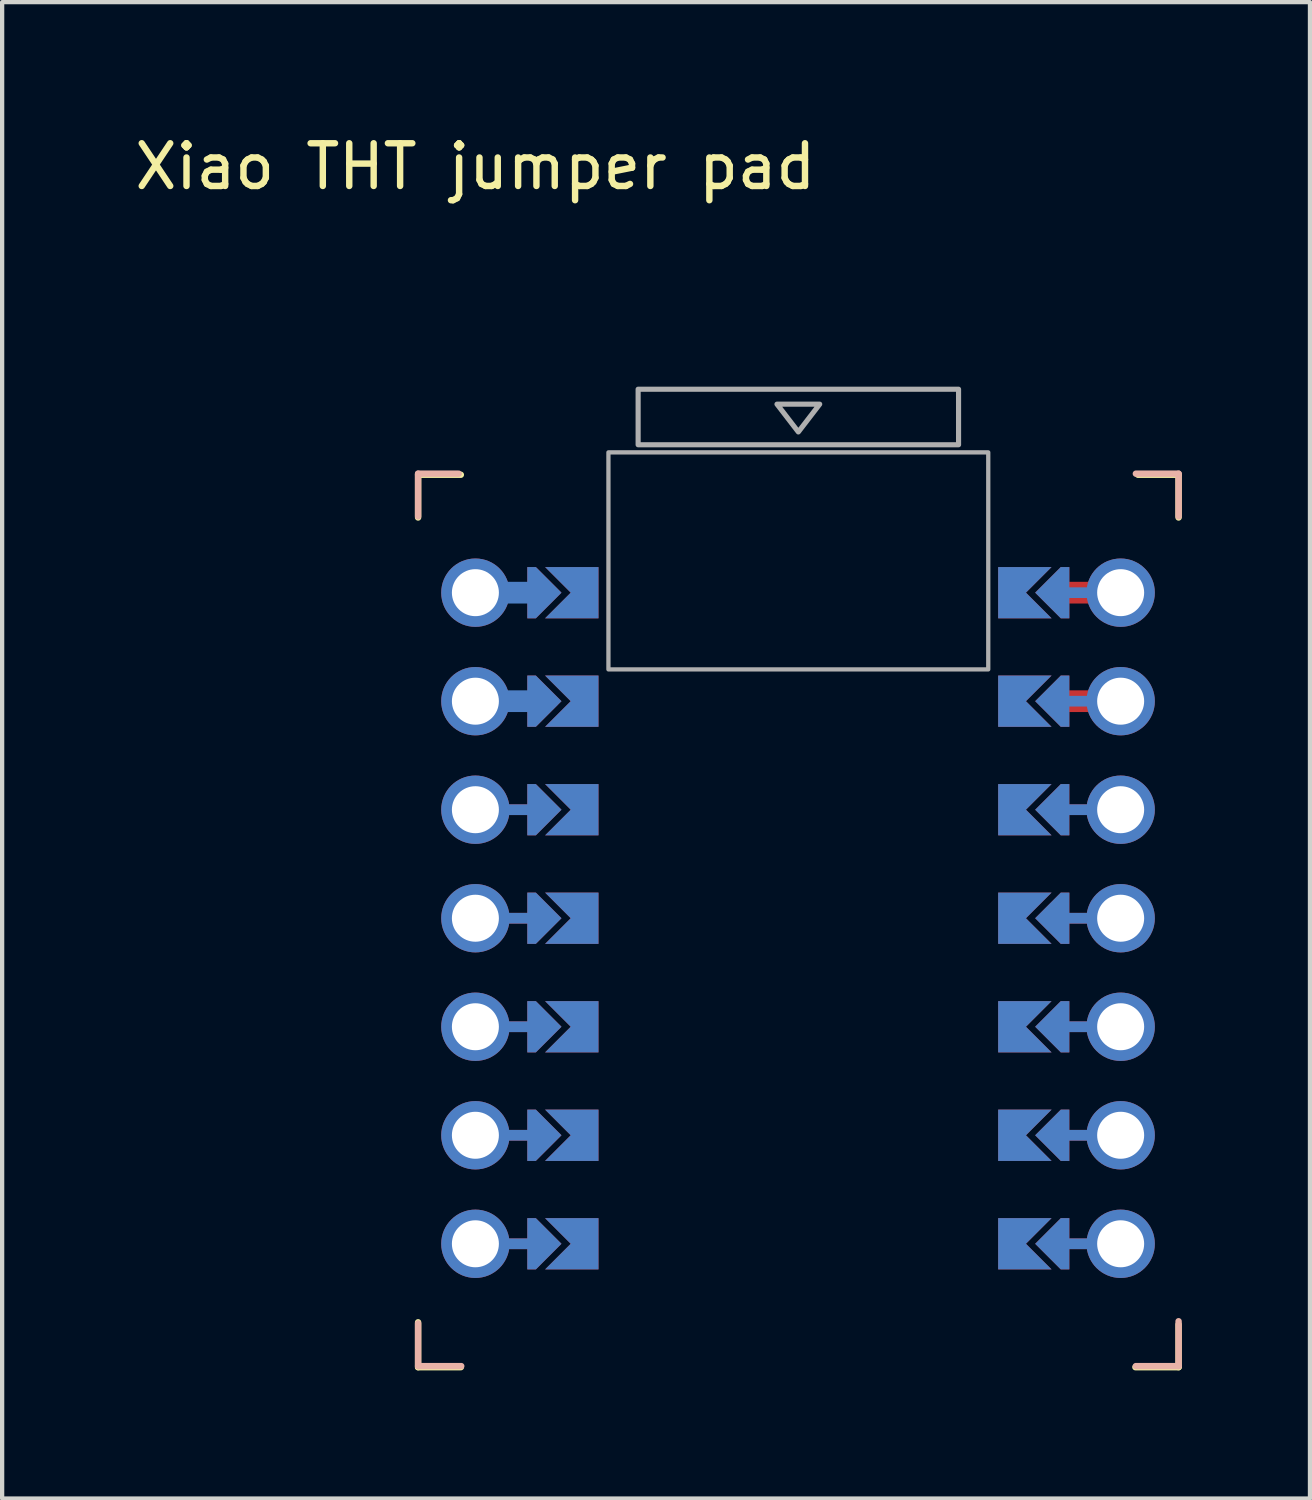
<source format=kicad_pcb>
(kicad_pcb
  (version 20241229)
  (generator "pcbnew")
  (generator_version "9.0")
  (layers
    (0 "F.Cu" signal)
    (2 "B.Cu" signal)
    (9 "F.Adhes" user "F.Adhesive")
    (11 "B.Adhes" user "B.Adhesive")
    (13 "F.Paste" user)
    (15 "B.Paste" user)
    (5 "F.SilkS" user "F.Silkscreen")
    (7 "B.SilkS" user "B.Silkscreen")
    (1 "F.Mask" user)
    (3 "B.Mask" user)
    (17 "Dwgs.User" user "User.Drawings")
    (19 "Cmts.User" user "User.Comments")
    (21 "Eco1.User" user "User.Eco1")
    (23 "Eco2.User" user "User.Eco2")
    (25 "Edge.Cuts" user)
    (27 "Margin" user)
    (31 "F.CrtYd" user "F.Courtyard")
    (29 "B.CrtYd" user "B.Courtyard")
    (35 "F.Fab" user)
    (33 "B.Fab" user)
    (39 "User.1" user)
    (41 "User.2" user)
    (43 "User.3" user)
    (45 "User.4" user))
  (footprint "Xiao THT jumper pad"
    (layer "F.Cu")
    (at 15.697 18.442)
    (property "Reference" "Xiao THT jumper pad" (at -7.62 -17.594 0) (unlocked yes) (layer "F.SilkS") (effects (font (size 1 1) (thickness 0.15))))
    (attr through_hole)
    (fp_poly (pts (xy -5.243 -8.128) (xy -5.243 -7.112) (xy -6.259 -7.112) (xy -6.259 -8.128)) (stroke (width 0.1) (type solid)) (fill yes) (layer "F.Mask"))
    (fp_poly (pts (xy -5.243 -5.588) (xy -5.243 -4.572) (xy -6.259 -4.572) (xy -6.259 -5.588)) (stroke (width 0.1) (type solid)) (fill yes) (layer "F.Mask"))
    (fp_poly (pts (xy -5.243 -3.048) (xy -5.243 -2.032) (xy -6.259 -2.032) (xy -6.259 -3.048)) (stroke (width 0.1) (type solid)) (fill yes) (layer "F.Mask"))
    (fp_poly (pts (xy -5.243 -0.508) (xy -5.243 0.508) (xy -6.259 0.508) (xy -6.259 -0.508)) (stroke (width 0.1) (type solid)) (fill yes) (layer "F.Mask"))
    (fp_poly (pts (xy -5.243 2.032) (xy -5.243 3.048) (xy -6.259 3.048) (xy -6.259 2.032)) (stroke (width 0.1) (type solid)) (fill yes) (layer "F.Mask"))
    (fp_poly (pts (xy -5.243 4.572) (xy -5.243 5.588) (xy -6.259 5.588) (xy -6.259 4.572)) (stroke (width 0.1) (type solid)) (fill yes) (layer "F.Mask"))
    (fp_poly (pts (xy -5.243 7.112) (xy -5.243 8.128) (xy -6.259 8.128) (xy -6.259 7.112)) (stroke (width 0.1) (type solid)) (fill yes) (layer "F.Mask"))
    (fp_poly (pts (xy 5.12 -7.112) (xy 5.12 -8.128) (xy 6.136 -8.128) (xy 6.136 -7.112)) (stroke (width 0.1) (type solid)) (fill yes) (layer "F.Mask"))
    (fp_poly (pts (xy 5.12 -4.572) (xy 5.12 -5.588) (xy 6.136 -5.588) (xy 6.136 -4.572)) (stroke (width 0.1) (type solid)) (fill yes) (layer "F.Mask"))
    (fp_poly (pts (xy 5.12 -2.032) (xy 5.12 -3.048) (xy 6.136 -3.048) (xy 6.136 -2.032)) (stroke (width 0.1) (type solid)) (fill yes) (layer "F.Mask"))
    (fp_poly (pts (xy 5.12 0.508) (xy 5.12 -0.508) (xy 6.136 -0.508) (xy 6.136 0.508)) (stroke (width 0.1) (type solid)) (fill yes) (layer "F.Mask"))
    (fp_poly (pts (xy 5.12 3.048) (xy 5.12 2.032) (xy 6.136 2.032) (xy 6.136 3.048)) (stroke (width 0.1) (type solid)) (fill yes) (layer "F.Mask"))
    (fp_poly (pts (xy 5.12 5.588) (xy 5.12 4.572) (xy 6.136 4.572) (xy 6.136 5.588)) (stroke (width 0.1) (type solid)) (fill yes) (layer "F.Mask"))
    (fp_poly (pts (xy 5.12 8.128) (xy 5.12 7.112) (xy 6.136 7.112) (xy 6.136 8.128)) (stroke (width 0.1) (type solid)) (fill yes) (layer "F.Mask"))
    (fp_poly (pts (xy -5.243 -8.128) (xy -5.243 -7.112) (xy -6.259 -7.112) (xy -6.259 -8.128)) (stroke (width 0.1) (type solid)) (fill yes) (layer "B.Mask"))
    (fp_poly (pts (xy -5.243 -5.588) (xy -5.243 -4.572) (xy -6.259 -4.572) (xy -6.259 -5.588)) (stroke (width 0.1) (type solid)) (fill yes) (layer "B.Mask"))
    (fp_poly (pts (xy -5.243 -3.048) (xy -5.243 -2.032) (xy -6.259 -2.032) (xy -6.259 -3.048)) (stroke (width 0.1) (type solid)) (fill yes) (layer "B.Mask"))
    (fp_poly (pts (xy -5.243 -0.508) (xy -5.243 0.508) (xy -6.259 0.508) (xy -6.259 -0.508)) (stroke (width 0.1) (type solid)) (fill yes) (layer "B.Mask"))
    (fp_poly (pts (xy -5.243 2.032) (xy -5.243 3.048) (xy -6.259 3.048) (xy -6.259 2.032)) (stroke (width 0.1) (type solid)) (fill yes) (layer "B.Mask"))
    (fp_poly (pts (xy -5.243 4.572) (xy -5.243 5.588) (xy -6.259 5.588) (xy -6.259 4.572)) (stroke (width 0.1) (type solid)) (fill yes) (layer "B.Mask"))
    (fp_poly (pts (xy -5.243 7.112) (xy -5.243 8.128) (xy -6.259 8.128) (xy -6.259 7.112)) (stroke (width 0.1) (type solid)) (fill yes) (layer "B.Mask"))
    (fp_poly (pts (xy 5.12 -7.112) (xy 5.12 -8.128) (xy 6.136 -8.128) (xy 6.136 -7.112)) (stroke (width 0.1) (type solid)) (fill yes) (layer "B.Mask"))
    (fp_poly (pts (xy 5.12 -4.572) (xy 5.12 -5.588) (xy 6.136 -5.588) (xy 6.136 -4.572)) (stroke (width 0.1) (type solid)) (fill yes) (layer "B.Mask"))
    (fp_poly (pts (xy 5.12 -2.032) (xy 5.12 -3.048) (xy 6.136 -3.048) (xy 6.136 -2.032)) (stroke (width 0.1) (type solid)) (fill yes) (layer "B.Mask"))
    (fp_poly (pts (xy 5.12 0.508) (xy 5.12 -0.508) (xy 6.136 -0.508) (xy 6.136 0.508)) (stroke (width 0.1) (type solid)) (fill yes) (layer "B.Mask"))
    (fp_poly (pts (xy 5.12 3.048) (xy 5.12 2.032) (xy 6.136 2.032) (xy 6.136 3.048)) (stroke (width 0.1) (type solid)) (fill yes) (layer "B.Mask"))
    (fp_poly (pts (xy 5.12 5.588) (xy 5.12 4.572) (xy 6.136 4.572) (xy 6.136 5.588)) (stroke (width 0.1) (type solid)) (fill yes) (layer "B.Mask"))
    (fp_poly (pts (xy 5.12 8.128) (xy 5.12 7.112) (xy 6.136 7.112) (xy 6.136 8.128)) (stroke (width 0.1) (type solid)) (fill yes) (layer "B.Mask"))
    (fp_line (start -8.961 -10.38) (end -8.961 -9.38) (stroke (width 0.15) (type solid)) (layer "F.SilkS"))
    (fp_line (start -8.961 -10.38) (end -7.961 -10.38) (stroke (width 0.15) (type solid)) (layer "F.SilkS"))
    (fp_line (start -8.961 9.458) (end -8.961 10.508) (stroke (width 0.15) (type solid)) (layer "F.SilkS"))
    (fp_line (start -8.961 10.508) (end -7.961 10.508) (stroke (width 0.15) (type solid)) (layer "F.SilkS"))
    (fp_line (start 8.839 -10.38) (end 7.889 -10.38) (stroke (width 0.15) (type solid)) (layer "F.SilkS"))
    (fp_line (start 8.839 -10.38) (end 8.839 -9.38) (stroke (width 0.15) (type solid)) (layer "F.SilkS"))
    (fp_line (start 8.839 9.508) (end 8.839 10.508) (stroke (width 0.15) (type solid)) (layer "F.SilkS"))
    (fp_line (start 8.839 10.508) (end 7.829 10.508) (stroke (width 0.15) (type solid)) (layer "F.SilkS"))
    (fp_line (start -8.961 -10.405) (end -8.961 -9.405) (stroke (width 0.15) (type solid)) (layer "B.SilkS"))
    (fp_line (start -8.961 -10.405) (end -8.011 -10.405) (stroke (width 0.15) (type solid)) (layer "B.SilkS"))
    (fp_line (start -8.961 9.483) (end -8.961 10.483) (stroke (width 0.15) (type solid)) (layer "B.SilkS"))
    (fp_line (start -8.961 10.483) (end -7.951 10.483) (stroke (width 0.15) (type solid)) (layer "B.SilkS"))
    (fp_line (start 8.839 -10.405) (end 7.839 -10.405) (stroke (width 0.15) (type solid)) (layer "B.SilkS"))
    (fp_line (start 8.839 -10.405) (end 8.839 -9.405) (stroke (width 0.15) (type solid)) (layer "B.SilkS"))
    (fp_line (start 8.839 9.433) (end 8.839 10.483) (stroke (width 0.15) (type solid)) (layer "B.SilkS"))
    (fp_line (start 8.839 10.483) (end 7.839 10.483) (stroke (width 0.15) (type solid)) (layer "B.SilkS"))
    (fp_rect (start -4.506 -10.904) (end 4.384 -5.824) (stroke (width 0.1) (type solid)) (fill no) (layer "F.Fab"))
    (fp_rect (start 3.689 -12.382) (end -3.811 -11.082) (stroke (width 0.12) (type solid)) (fill no) (layer "F.Fab"))
    (fp_poly (pts (xy -0.061 -11.382) (xy -0.561 -12.032) (xy 0.439 -12.032)) (stroke (width 0.12) (type solid)) (fill no) (layer "F.Fab"))
    (pad "" thru_hole circle (at -7.62 -7.62 270) (size 1.6 1.6) (drill 1.1) (layers "*.Cu" "*.Mask"))
    (pad "" thru_hole circle (at -7.62 -5.08 270) (size 1.6 1.6) (drill 1.1) (layers "*.Cu" "*.Mask"))
    (pad "" thru_hole circle (at -7.62 -2.54 270) (size 1.6 1.6) (drill 1.1) (layers "*.Cu" "*.Mask"))
    (pad "" thru_hole circle (at -7.62 0 270) (size 1.6 1.6) (drill 1.1) (layers "*.Cu" "*.Mask"))
    (pad "" thru_hole circle (at -7.62 2.54 270) (size 1.6 1.6) (drill 1.1) (layers "*.Cu" "*.Mask"))
    (pad "" thru_hole circle (at -7.62 5.08 270) (size 1.6 1.6) (drill 1.1) (layers "*.Cu" "*.Mask"))
    (pad "" thru_hole circle (at -7.62 7.62 270) (size 1.6 1.6) (drill 1.1) (layers "*.Cu" "*.Mask"))
    (pad "" smd custom (at -6.513 -7.62 90) (size 0.25 1) (layers "F.Cu") (options (anchor rect)) (primitives))
    (pad "" smd custom (at -6.513 -7.62 90) (size 0.508 1) (layers "B.Cu") (options (anchor rect)) (primitives))
    (pad "" smd custom (at -6.513 -5.08 90) (size 0.25 1) (layers "F.Cu") (options (anchor rect)) (primitives))
    (pad "" smd custom (at -6.513 -5.08 90) (size 0.508 1) (layers "B.Cu") (options (anchor rect)) (primitives))
    (pad "" smd custom (at -6.513 -2.54 90) (size 0.25 1) (layers "F.Cu") (options (anchor rect)) (primitives))
    (pad "" smd custom (at -6.513 -2.54 90) (size 0.25 1) (layers "B.Cu") (options (anchor rect)) (primitives))
    (pad "" smd custom (at -6.513 0 90) (size 0.25 1) (layers "F.Cu") (options (anchor rect)) (primitives))
    (pad "" smd custom (at -6.513 0 90) (size 0.25 1) (layers "B.Cu") (options (anchor rect)) (primitives))
    (pad "" smd custom (at -6.513 2.54 90) (size 0.25 1) (layers "F.Cu") (options (anchor rect)) (primitives))
    (pad "" smd custom (at -6.513 2.54 90) (size 0.25 1) (layers "B.Cu") (options (anchor rect)) (primitives))
    (pad "" smd custom (at -6.513 5.08 90) (size 0.25 1) (layers "F.Cu") (options (anchor rect)) (primitives))
    (pad "" smd custom (at -6.513 5.08 90) (size 0.25 1) (layers "B.Cu") (options (anchor rect)) (primitives))
    (pad "" smd custom (at -6.513 7.62 90) (size 0.25 1) (layers "F.Cu") (options (anchor rect)) (primitives))
    (pad "" smd custom (at -6.513 7.62 90) (size 0.25 1) (layers "B.Cu") (options (anchor rect)) (primitives))
    (pad "" smd custom (at -6.005 -7.62 90) (size 0.1 0.1) (layers "F.Cu" "F.Mask") (options (anchor rect)) (primitives (gr_poly (pts (xy 0.6 -0.2) (xy 0 0.4) (xy -0.6 -0.2) (xy -0.6 -0.4) (xy 0.6 -0.4)) (width 0) (fill yes))))
    (pad "" smd custom (at -6.005 -7.62 90) (size 0.1 0.1) (layers "B.Cu" "B.Mask") (options (anchor rect)) (primitives (gr_poly (pts (xy 0.6 -0.2) (xy 0 0.4) (xy -0.6 -0.2) (xy -0.6 -0.4) (xy 0.6 -0.4)) (width 0) (fill yes))))
    (pad "" smd custom (at -6.005 -5.08 90) (size 0.1 0.1) (layers "F.Cu" "F.Mask") (options (anchor rect)) (primitives (gr_poly (pts (xy 0.6 -0.2) (xy 0 0.4) (xy -0.6 -0.2) (xy -0.6 -0.4) (xy 0.6 -0.4)) (width 0) (fill yes))))
    (pad "" smd custom (at -6.005 -5.08 90) (size 0.1 0.1) (layers "B.Cu" "B.Mask") (options (anchor rect)) (primitives (gr_poly (pts (xy 0.6 -0.2) (xy 0 0.4) (xy -0.6 -0.2) (xy -0.6 -0.4) (xy 0.6 -0.4)) (width 0) (fill yes))))
    (pad "" smd custom (at -6.005 -2.54 90) (size 0.1 0.1) (layers "F.Cu" "F.Mask") (options (anchor rect)) (primitives (gr_poly (pts (xy 0.6 -0.2) (xy 0 0.4) (xy -0.6 -0.2) (xy -0.6 -0.4) (xy 0.6 -0.4)) (width 0) (fill yes))))
    (pad "" smd custom (at -6.005 -2.54 90) (size 0.1 0.1) (layers "B.Cu" "B.Mask") (options (anchor rect)) (primitives (gr_poly (pts (xy 0.6 -0.2) (xy 0 0.4) (xy -0.6 -0.2) (xy -0.6 -0.4) (xy 0.6 -0.4)) (width 0) (fill yes))))
    (pad "" smd custom (at -6.005 0 90) (size 0.1 0.1) (layers "F.Cu" "F.Mask") (options (anchor rect)) (primitives (gr_poly (pts (xy 0.6 -0.2) (xy 0 0.4) (xy -0.6 -0.2) (xy -0.6 -0.4) (xy 0.6 -0.4)) (width 0) (fill yes))))
    (pad "" smd custom (at -6.005 0 90) (size 0.1 0.1) (layers "B.Cu" "B.Mask") (options (anchor rect)) (primitives (gr_poly (pts (xy 0.6 -0.2) (xy 0 0.4) (xy -0.6 -0.2) (xy -0.6 -0.4) (xy 0.6 -0.4)) (width 0) (fill yes))))
    (pad "" smd custom (at -6.005 2.54 90) (size 0.1 0.1) (layers "F.Cu" "F.Mask") (options (anchor rect)) (primitives (gr_poly (pts (xy 0.6 -0.2) (xy 0 0.4) (xy -0.6 -0.2) (xy -0.6 -0.4) (xy 0.6 -0.4)) (width 0) (fill yes))))
    (pad "" smd custom (at -6.005 2.54 90) (size 0.1 0.1) (layers "B.Cu" "B.Mask") (options (anchor rect)) (primitives (gr_poly (pts (xy 0.6 -0.2) (xy 0 0.4) (xy -0.6 -0.2) (xy -0.6 -0.4) (xy 0.6 -0.4)) (width 0) (fill yes))))
    (pad "" smd custom (at -6.005 5.08 90) (size 0.1 0.1) (layers "F.Cu" "F.Mask") (options (anchor rect)) (primitives (gr_poly (pts (xy 0.6 -0.2) (xy 0 0.4) (xy -0.6 -0.2) (xy -0.6 -0.4) (xy 0.6 -0.4)) (width 0) (fill yes))))
    (pad "" smd custom (at -6.005 5.08 90) (size 0.1 0.1) (layers "B.Cu" "B.Mask") (options (anchor rect)) (primitives (gr_poly (pts (xy 0.6 -0.2) (xy 0 0.4) (xy -0.6 -0.2) (xy -0.6 -0.4) (xy 0.6 -0.4)) (width 0) (fill yes))))
    (pad "" smd custom (at -6.005 7.62 90) (size 0.1 0.1) (layers "F.Cu" "F.Mask") (options (anchor rect)) (primitives (gr_poly (pts (xy 0.6 -0.2) (xy 0 0.4) (xy -0.6 -0.2) (xy -0.6 -0.4) (xy 0.6 -0.4)) (width 0) (fill yes))))
    (pad "" smd custom (at -6.005 7.62 90) (size 0.1 0.1) (layers "B.Cu" "B.Mask") (options (anchor rect)) (primitives (gr_poly (pts (xy 0.6 -0.2) (xy 0 0.4) (xy -0.6 -0.2) (xy -0.6 -0.4) (xy 0.6 -0.4)) (width 0) (fill yes))))
    (pad "" smd custom (at 5.882 -7.62 270) (size 0.1 0.1) (layers "F.Cu" "F.Mask") (options (anchor rect)) (primitives (gr_poly (pts (xy 0.6 -0.2) (xy 0 0.4) (xy -0.6 -0.2) (xy -0.6 -0.4) (xy 0.6 -0.4)) (width 0) (fill yes))))
    (pad "" smd custom (at 5.882 -7.62 270) (size 0.1 0.1) (layers "B.Cu" "B.Mask") (options (anchor rect)) (primitives (gr_poly (pts (xy 0.6 -0.2) (xy 0 0.4) (xy -0.6 -0.2) (xy -0.6 -0.4) (xy 0.6 -0.4)) (width 0) (fill yes))))
    (pad "" smd custom (at 5.882 -5.08 270) (size 0.1 0.1) (layers "F.Cu" "F.Mask") (options (anchor rect)) (primitives (gr_poly (pts (xy 0.6 -0.2) (xy 0 0.4) (xy -0.6 -0.2) (xy -0.6 -0.4) (xy 0.6 -0.4)) (width 0) (fill yes))))
    (pad "" smd custom (at 5.882 -5.08 270) (size 0.1 0.1) (layers "B.Cu" "B.Mask") (options (anchor rect)) (primitives (gr_poly (pts (xy 0.6 -0.2) (xy 0 0.4) (xy -0.6 -0.2) (xy -0.6 -0.4) (xy 0.6 -0.4)) (width 0) (fill yes))))
    (pad "" smd custom (at 5.882 -2.54 270) (size 0.1 0.1) (layers "F.Cu" "F.Mask") (options (anchor rect)) (primitives (gr_poly (pts (xy 0.6 -0.2) (xy 0 0.4) (xy -0.6 -0.2) (xy -0.6 -0.4) (xy 0.6 -0.4)) (width 0) (fill yes))))
    (pad "" smd custom (at 5.882 -2.54 270) (size 0.1 0.1) (layers "B.Cu" "B.Mask") (options (anchor rect)) (primitives (gr_poly (pts (xy 0.6 -0.2) (xy 0 0.4) (xy -0.6 -0.2) (xy -0.6 -0.4) (xy 0.6 -0.4)) (width 0) (fill yes))))
    (pad "" smd custom (at 5.882 0 270) (size 0.1 0.1) (layers "F.Cu" "F.Mask") (options (anchor rect)) (primitives (gr_poly (pts (xy 0.6 -0.2) (xy 0 0.4) (xy -0.6 -0.2) (xy -0.6 -0.4) (xy 0.6 -0.4)) (width 0) (fill yes))))
    (pad "" smd custom (at 5.882 0 270) (size 0.1 0.1) (layers "B.Cu" "B.Mask") (options (anchor rect)) (primitives (gr_poly (pts (xy 0.6 -0.2) (xy 0 0.4) (xy -0.6 -0.2) (xy -0.6 -0.4) (xy 0.6 -0.4)) (width 0) (fill yes))))
    (pad "" smd custom (at 5.882 2.54 270) (size 0.1 0.1) (layers "F.Cu" "F.Mask") (options (anchor rect)) (primitives (gr_poly (pts (xy 0.6 -0.2) (xy 0 0.4) (xy -0.6 -0.2) (xy -0.6 -0.4) (xy 0.6 -0.4)) (width 0) (fill yes))))
    (pad "" smd custom (at 5.882 2.54 270) (size 0.1 0.1) (layers "B.Cu" "B.Mask") (options (anchor rect)) (primitives (gr_poly (pts (xy 0.6 -0.2) (xy 0 0.4) (xy -0.6 -0.2) (xy -0.6 -0.4) (xy 0.6 -0.4)) (width 0) (fill yes))))
    (pad "" smd custom (at 5.882 5.08 270) (size 0.1 0.1) (layers "F.Cu" "F.Mask") (options (anchor rect)) (primitives (gr_poly (pts (xy 0.6 -0.2) (xy 0 0.4) (xy -0.6 -0.2) (xy -0.6 -0.4) (xy 0.6 -0.4)) (width 0) (fill yes))))
    (pad "" smd custom (at 5.882 5.08 270) (size 0.1 0.1) (layers "B.Cu" "B.Mask") (options (anchor rect)) (primitives (gr_poly (pts (xy 0.6 -0.2) (xy 0 0.4) (xy -0.6 -0.2) (xy -0.6 -0.4) (xy 0.6 -0.4)) (width 0) (fill yes))))
    (pad "" smd custom (at 5.882 7.62 270) (size 0.1 0.1) (layers "F.Cu" "F.Mask") (options (anchor rect)) (primitives (gr_poly (pts (xy 0.6 -0.2) (xy 0 0.4) (xy -0.6 -0.2) (xy -0.6 -0.4) (xy 0.6 -0.4)) (width 0) (fill yes))))
    (pad "" smd custom (at 5.882 7.62 270) (size 0.1 0.1) (layers "B.Cu" "B.Mask") (options (anchor rect)) (primitives (gr_poly (pts (xy 0.6 -0.2) (xy 0 0.4) (xy -0.6 -0.2) (xy -0.6 -0.4) (xy 0.6 -0.4)) (width 0) (fill yes))))
    (pad "" smd custom (at 6.39 -7.62 270) (size 0.25 1) (layers "B.Cu") (options (anchor rect)) (primitives))
    (pad "" smd custom (at 6.39 -7.62 270) (size 0.508 1) (layers "F.Cu") (options (anchor rect)) (primitives))
    (pad "" smd custom (at 6.39 -5.08 270) (size 0.25 1) (layers "B.Cu") (options (anchor rect)) (primitives))
    (pad "" smd custom (at 6.39 -5.08 270) (size 0.508 1) (layers "F.Cu") (options (anchor rect)) (primitives))
    (pad "" smd custom (at 6.39 -2.54 270) (size 0.25 1) (layers "F.Cu") (options (anchor rect)) (primitives))
    (pad "" smd custom (at 6.39 -2.54 270) (size 0.25 1) (layers "B.Cu") (options (anchor rect)) (primitives))
    (pad "" smd custom (at 6.39 0 270) (size 0.25 1) (layers "F.Cu") (options (anchor rect)) (primitives))
    (pad "" smd custom (at 6.39 0 270) (size 0.25 1) (layers "B.Cu") (options (anchor rect)) (primitives))
    (pad "" smd custom (at 6.39 2.54 270) (size 0.25 1) (layers "F.Cu") (options (anchor rect)) (primitives))
    (pad "" smd custom (at 6.39 2.54 270) (size 0.25 1) (layers "B.Cu") (options (anchor rect)) (primitives))
    (pad "" smd custom (at 6.39 5.08 270) (size 0.25 1) (layers "F.Cu") (options (anchor rect)) (primitives))
    (pad "" smd custom (at 6.39 5.08 270) (size 0.25 1) (layers "B.Cu") (options (anchor rect)) (primitives))
    (pad "" smd custom (at 6.39 7.62 270) (size 0.25 1) (layers "F.Cu") (options (anchor rect)) (primitives))
    (pad "" smd custom (at 6.39 7.62 270) (size 0.25 1) (layers "B.Cu") (options (anchor rect)) (primitives))
    (pad "" thru_hole circle (at 7.483 -7.62 270) (size 1.6 1.6) (drill 1.1) (layers "*.Cu" "*.Mask"))
    (pad "" thru_hole circle (at 7.483 -5.08 270) (size 1.6 1.6) (drill 1.1) (layers "*.Cu" "*.Mask"))
    (pad "" thru_hole circle (at 7.483 -2.54 270) (size 1.6 1.6) (drill 1.1) (layers "*.Cu" "*.Mask"))
    (pad "" thru_hole circle (at 7.483 0 270) (size 1.6 1.6) (drill 1.1) (layers "*.Cu" "*.Mask"))
    (pad "" thru_hole circle (at 7.483 2.54 270) (size 1.6 1.6) (drill 1.1) (layers "*.Cu" "*.Mask"))
    (pad "" thru_hole circle (at 7.483 5.08 270) (size 1.6 1.6) (drill 1.1) (layers "*.Cu" "*.Mask"))
    (pad "" thru_hole circle (at 7.483 7.62 270) (size 1.6 1.6) (drill 1.1) (layers "*.Cu" "*.Mask"))
    (pad "1" smd custom (at -4.989 -7.62 90) (size 1.2 0.5) (layers "F.Cu" "F.Mask") (options (anchor rect)) (primitives (gr_poly (pts (xy 0.6 0) (xy -0.6 0) (xy -0.6 -1) (xy 0 -0.4) (xy 0.6 -1)) (width 0) (fill yes))))
    (pad "1" smd custom (at 4.866 -7.62 270) (size 1.2 0.5) (layers "B.Cu" "B.Mask") (options (anchor rect)) (primitives (gr_poly (pts (xy 0.6 0) (xy -0.6 0) (xy -0.6 -1) (xy 0 -0.4) (xy 0.6 -1)) (width 0) (fill yes))))
    (pad "2" smd custom (at -4.989 -5.08 90) (size 1.2 0.5) (layers "F.Cu" "F.Mask") (options (anchor rect)) (primitives (gr_poly (pts (xy 0.6 0) (xy -0.6 0) (xy -0.6 -1) (xy 0 -0.4) (xy 0.6 -1)) (width 0) (fill yes))))
    (pad "2" smd custom (at 4.866 -5.08 270) (size 1.2 0.5) (layers "B.Cu" "B.Mask") (options (anchor rect)) (primitives (gr_poly (pts (xy 0.6 0) (xy -0.6 0) (xy -0.6 -1) (xy 0 -0.4) (xy 0.6 -1)) (width 0) (fill yes))))
    (pad "3" smd custom (at -4.989 -2.54 90) (size 1.2 0.5) (layers "F.Cu" "F.Mask") (options (anchor rect)) (primitives (gr_poly (pts (xy 0.6 0) (xy -0.6 0) (xy -0.6 -1) (xy 0 -0.4) (xy 0.6 -1)) (width 0) (fill yes))))
    (pad "3" smd custom (at 4.866 -2.54 270) (size 1.2 0.5) (layers "B.Cu" "B.Mask") (options (anchor rect)) (primitives (gr_poly (pts (xy 0.6 0) (xy -0.6 0) (xy -0.6 -1) (xy 0 -0.4) (xy 0.6 -1)) (width 0) (fill yes))))
    (pad "4" smd custom (at -4.989 0 90) (size 1.2 0.5) (layers "F.Cu" "F.Mask") (options (anchor rect)) (primitives (gr_poly (pts (xy 0.6 0) (xy -0.6 0) (xy -0.6 -1) (xy 0 -0.4) (xy 0.6 -1)) (width 0) (fill yes))))
    (pad "4" smd custom (at 4.866 0 270) (size 1.2 0.5) (layers "B.Cu" "B.Mask") (options (anchor rect)) (primitives (gr_poly (pts (xy 0.6 0) (xy -0.6 0) (xy -0.6 -1) (xy 0 -0.4) (xy 0.6 -1)) (width 0) (fill yes))))
    (pad "5" smd custom (at -4.989 2.54 90) (size 1.2 0.5) (layers "F.Cu" "F.Mask") (options (anchor rect)) (primitives (gr_poly (pts (xy 0.6 0) (xy -0.6 0) (xy -0.6 -1) (xy 0 -0.4) (xy 0.6 -1)) (width 0) (fill yes))))
    (pad "5" smd custom (at 4.866 2.54 270) (size 1.2 0.5) (layers "B.Cu" "B.Mask") (options (anchor rect)) (primitives (gr_poly (pts (xy 0.6 0) (xy -0.6 0) (xy -0.6 -1) (xy 0 -0.4) (xy 0.6 -1)) (width 0) (fill yes))))
    (pad "6" smd custom (at -4.989 5.08 90) (size 1.2 0.5) (layers "F.Cu" "F.Mask") (options (anchor rect)) (primitives (gr_poly (pts (xy 0.6 0) (xy -0.6 0) (xy -0.6 -1) (xy 0 -0.4) (xy 0.6 -1)) (width 0) (fill yes))))
    (pad "6" smd custom (at 4.866 5.08 270) (size 1.2 0.5) (layers "B.Cu" "B.Mask") (options (anchor rect)) (primitives (gr_poly (pts (xy 0.6 0) (xy -0.6 0) (xy -0.6 -1) (xy 0 -0.4) (xy 0.6 -1)) (width 0) (fill yes))))
    (pad "7" smd custom (at -4.989 7.62 90) (size 1.2 0.5) (layers "F.Cu" "F.Mask") (options (anchor rect)) (primitives (gr_poly (pts (xy 0.6 0) (xy -0.6 0) (xy -0.6 -1) (xy 0 -0.4) (xy 0.6 -1)) (width 0) (fill yes))))
    (pad "7" smd custom (at 4.866 7.62 270) (size 1.2 0.5) (layers "B.Cu" "B.Mask") (options (anchor rect)) (primitives (gr_poly (pts (xy 0.6 0) (xy -0.6 0) (xy -0.6 -1) (xy 0 -0.4) (xy 0.6 -1)) (width 0) (fill yes))))
    (pad "8" smd custom (at -4.989 7.62 90) (size 1.2 0.5) (layers "B.Cu" "B.Mask") (options (anchor rect)) (primitives (gr_poly (pts (xy 0.6 0) (xy -0.6 0) (xy -0.6 -1) (xy 0 -0.4) (xy 0.6 -1)) (width 0) (fill yes))))
    (pad "8" smd custom (at 4.866 7.62 270) (size 1.2 0.5) (layers "F.Cu" "F.Mask") (options (anchor rect)) (primitives (gr_poly (pts (xy 0.6 0) (xy -0.6 0) (xy -0.6 -1) (xy 0 -0.4) (xy 0.6 -1)) (width 0) (fill yes))))
    (pad "9" smd custom (at -4.989 5.08 90) (size 1.2 0.5) (layers "B.Cu" "B.Mask") (options (anchor rect)) (primitives (gr_poly (pts (xy 0.6 0) (xy -0.6 0) (xy -0.6 -1) (xy 0 -0.4) (xy 0.6 -1)) (width 0) (fill yes))))
    (pad "9" smd custom (at 4.866 5.08 270) (size 1.2 0.5) (layers "F.Cu" "F.Mask") (options (anchor rect)) (primitives (gr_poly (pts (xy 0.6 0) (xy -0.6 0) (xy -0.6 -1) (xy 0 -0.4) (xy 0.6 -1)) (width 0) (fill yes))))
    (pad "10" smd custom (at -4.989 2.54 90) (size 1.2 0.5) (layers "B.Cu" "B.Mask") (options (anchor rect)) (primitives (gr_poly (pts (xy 0.6 0) (xy -0.6 0) (xy -0.6 -1) (xy 0 -0.4) (xy 0.6 -1)) (width 0) (fill yes))))
    (pad "10" smd custom (at 4.866 2.54 270) (size 1.2 0.5) (layers "F.Cu" "F.Mask") (options (anchor rect)) (primitives (gr_poly (pts (xy 0.6 0) (xy -0.6 0) (xy -0.6 -1) (xy 0 -0.4) (xy 0.6 -1)) (width 0) (fill yes))))
    (pad "11" smd custom (at -4.989 0 90) (size 1.2 0.5) (layers "B.Cu" "B.Mask") (options (anchor rect)) (primitives (gr_poly (pts (xy 0.6 0) (xy -0.6 0) (xy -0.6 -1) (xy 0 -0.4) (xy 0.6 -1)) (width 0) (fill yes))))
    (pad "11" smd custom (at 4.866 0 270) (size 1.2 0.5) (layers "F.Cu" "F.Mask") (options (anchor rect)) (primitives (gr_poly (pts (xy 0.6 0) (xy -0.6 0) (xy -0.6 -1) (xy 0 -0.4) (xy 0.6 -1)) (width 0) (fill yes))))
    (pad "12" smd custom (at -4.989 -2.54 90) (size 1.2 0.5) (layers "B.Cu" "B.Mask") (options (anchor rect)) (primitives (gr_poly (pts (xy 0.6 0) (xy -0.6 0) (xy -0.6 -1) (xy 0 -0.4) (xy 0.6 -1)) (width 0) (fill yes))))
    (pad "12" smd custom (at 4.866 -2.54 270) (size 1.2 0.5) (layers "F.Cu" "F.Mask") (options (anchor rect)) (primitives (gr_poly (pts (xy 0.6 0) (xy -0.6 0) (xy -0.6 -1) (xy 0 -0.4) (xy 0.6 -1)) (width 0) (fill yes))))
    (pad "13" smd custom (at -4.989 -5.08 90) (size 1.2 0.5) (layers "B.Cu" "B.Mask") (options (anchor rect)) (primitives (gr_poly (pts (xy 0.6 0) (xy -0.6 0) (xy -0.6 -1) (xy 0 -0.4) (xy 0.6 -1)) (width 0) (fill yes))))
    (pad "13" smd custom (at 4.866 -5.08 270) (size 1.2 0.5) (layers "F.Cu" "F.Mask") (options (anchor rect)) (primitives (gr_poly (pts (xy 0.6 0) (xy -0.6 0) (xy -0.6 -1) (xy 0 -0.4) (xy 0.6 -1)) (width 0) (fill yes))))
    (pad "14" smd custom (at -4.989 -7.62 90) (size 1.2 0.5) (layers "B.Cu" "B.Mask") (options (anchor rect)) (primitives (gr_poly (pts (xy 0.6 0) (xy -0.6 0) (xy -0.6 -1) (xy 0 -0.4) (xy 0.6 -1)) (width 0) (fill yes))))
    (pad "14" smd custom (at 4.866 -7.62 270) (size 1.2 0.5) (layers "F.Cu" "F.Mask") (options (anchor rect)) (primitives (gr_poly (pts (xy 0.6 0) (xy -0.6 0) (xy -0.6 -1) (xy 0 -0.4) (xy 0.6 -1)) (width 0) (fill yes)))))
  (gr_rect
    (start -3 -3)
    (end 27.611 32.025)
    (stroke (width 0.1) (type default))
    (fill no)
    (layer "Edge.Cuts")))
</source>
